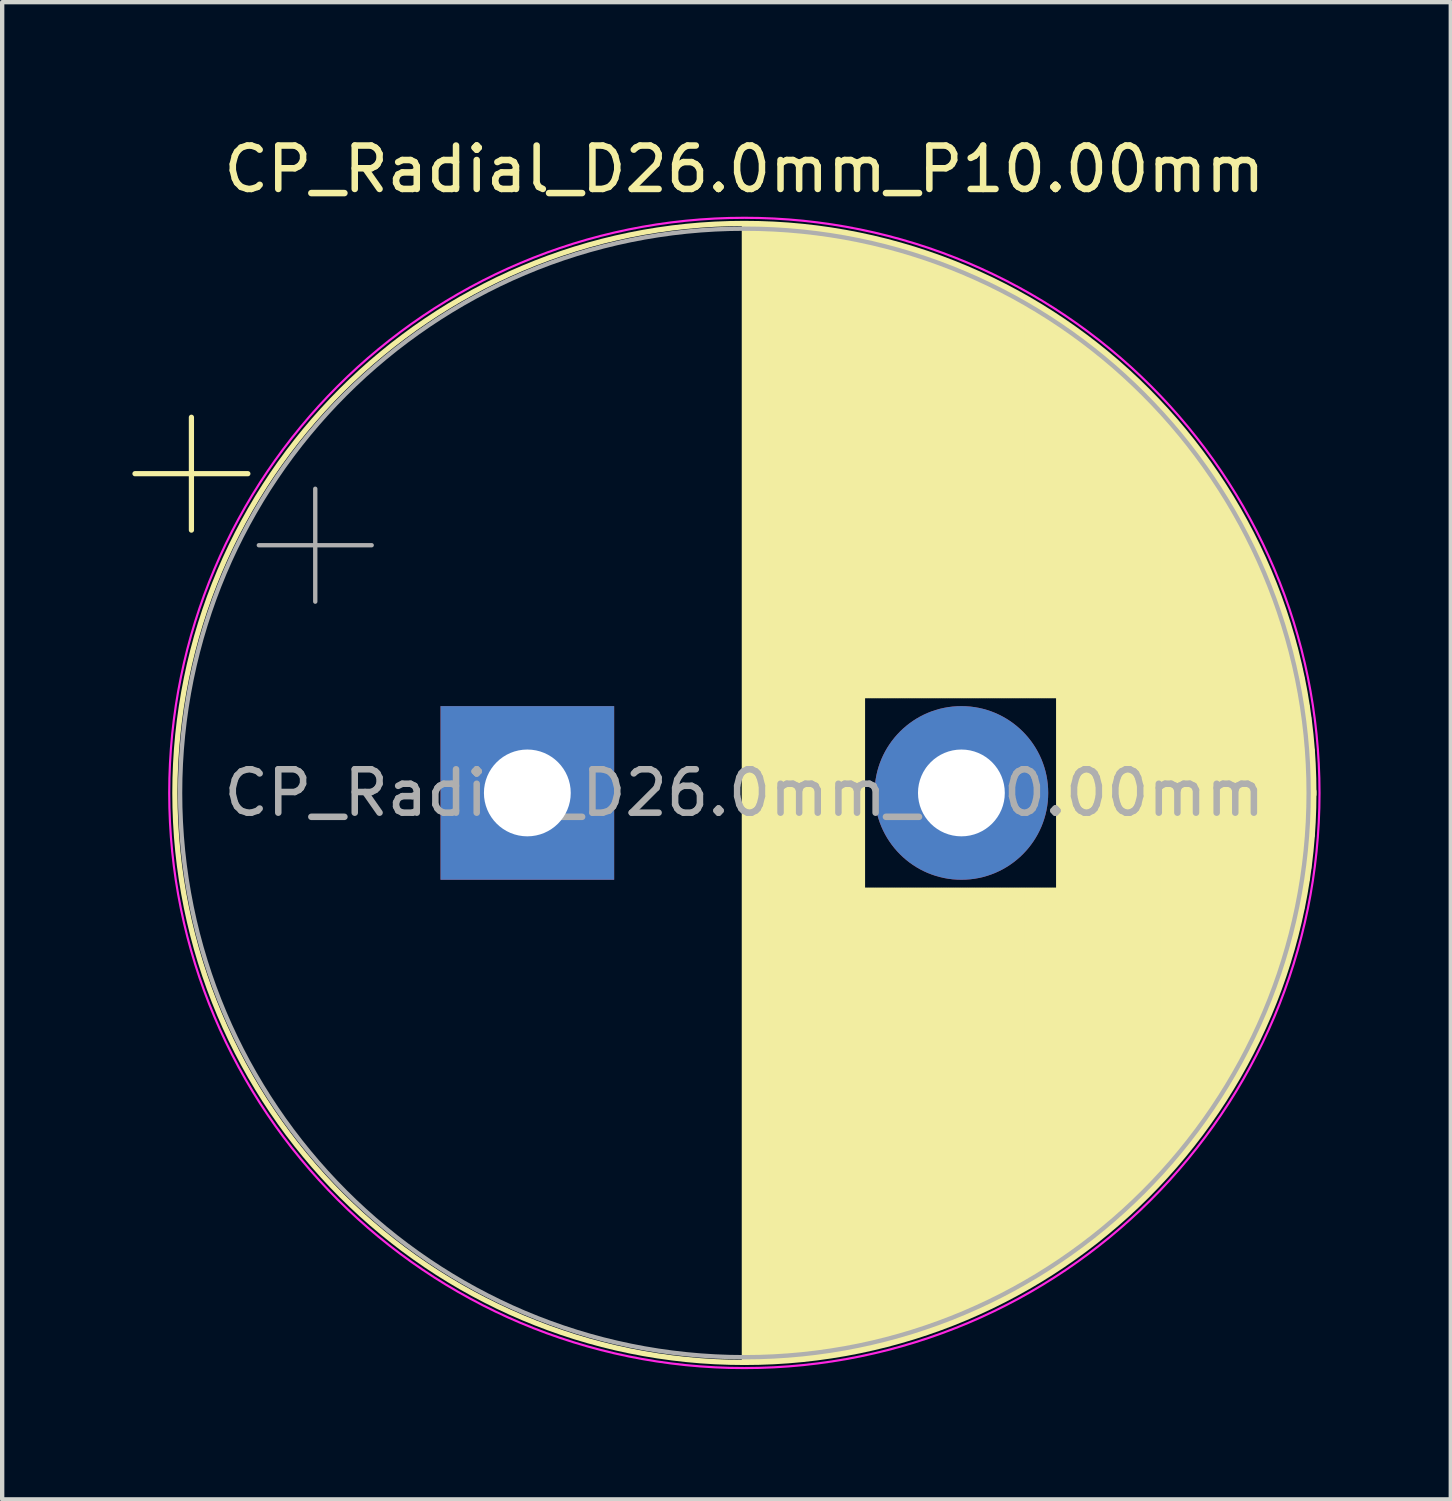
<source format=kicad_pcb>
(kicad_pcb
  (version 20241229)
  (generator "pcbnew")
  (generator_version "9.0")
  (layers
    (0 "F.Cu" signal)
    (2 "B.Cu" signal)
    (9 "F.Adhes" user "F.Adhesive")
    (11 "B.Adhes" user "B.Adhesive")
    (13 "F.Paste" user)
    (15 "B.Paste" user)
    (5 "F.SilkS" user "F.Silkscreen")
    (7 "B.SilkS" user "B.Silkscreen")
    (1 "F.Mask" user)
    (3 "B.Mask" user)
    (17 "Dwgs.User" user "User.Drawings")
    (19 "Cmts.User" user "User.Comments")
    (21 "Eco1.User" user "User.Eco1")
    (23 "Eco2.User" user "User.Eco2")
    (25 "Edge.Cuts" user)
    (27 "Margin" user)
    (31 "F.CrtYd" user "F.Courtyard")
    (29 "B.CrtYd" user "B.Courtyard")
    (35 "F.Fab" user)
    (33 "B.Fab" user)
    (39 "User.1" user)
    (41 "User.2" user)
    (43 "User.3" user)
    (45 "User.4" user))
  (footprint "CP_Radial_D26.0mm_P10.00mm"
    (layer "F.Cu")
    (at 9.099 15.218)
    (property "Reference" "CP_Radial_D26.0mm_P10.00mm" (at 5 -14.37 0) (layer "F.SilkS") (effects (font (size 1 1) (thickness 0.15))))
    (attr through_hole)
    (fp_line (start -9.039 -7.355) (end -6.439 -7.355) (stroke (width 0.12) (type solid)) (layer "F.SilkS"))
    (fp_line (start -7.739 -8.655) (end -7.739 -6.055) (stroke (width 0.12) (type solid)) (layer "F.SilkS"))
    (fp_line (start 5 -13.081) (end 5 13.081) (stroke (width 0.12) (type solid)) (layer "F.SilkS"))
    (fp_line (start 5.04 -13.08) (end 5.04 13.08) (stroke (width 0.12) (type solid)) (layer "F.SilkS"))
    (fp_line (start 5.08 -13.08) (end 5.08 13.08) (stroke (width 0.12) (type solid)) (layer "F.SilkS"))
    (fp_line (start 5.12 -13.08) (end 5.12 13.08) (stroke (width 0.12) (type solid)) (layer "F.SilkS"))
    (fp_line (start 5.16 -13.08) (end 5.16 13.08) (stroke (width 0.12) (type solid)) (layer "F.SilkS"))
    (fp_line (start 5.2 -13.079) (end 5.2 13.079) (stroke (width 0.12) (type solid)) (layer "F.SilkS"))
    (fp_line (start 5.24 -13.078) (end 5.24 13.078) (stroke (width 0.12) (type solid)) (layer "F.SilkS"))
    (fp_line (start 5.28 -13.078) (end 5.28 13.078) (stroke (width 0.12) (type solid)) (layer "F.SilkS"))
    (fp_line (start 5.32 -13.077) (end 5.32 13.077) (stroke (width 0.12) (type solid)) (layer "F.SilkS"))
    (fp_line (start 5.36 -13.076) (end 5.36 13.076) (stroke (width 0.12) (type solid)) (layer "F.SilkS"))
    (fp_line (start 5.4 -13.074) (end 5.4 13.074) (stroke (width 0.12) (type solid)) (layer "F.SilkS"))
    (fp_line (start 5.44 -13.073) (end 5.44 13.073) (stroke (width 0.12) (type solid)) (layer "F.SilkS"))
    (fp_line (start 5.48 -13.072) (end 5.48 13.072) (stroke (width 0.12) (type solid)) (layer "F.SilkS"))
    (fp_line (start 5.52 -13.07) (end 5.52 13.07) (stroke (width 0.12) (type solid)) (layer "F.SilkS"))
    (fp_line (start 5.56 -13.069) (end 5.56 13.069) (stroke (width 0.12) (type solid)) (layer "F.SilkS"))
    (fp_line (start 5.6 -13.067) (end 5.6 13.067) (stroke (width 0.12) (type solid)) (layer "F.SilkS"))
    (fp_line (start 5.64 -13.065) (end 5.64 13.065) (stroke (width 0.12) (type solid)) (layer "F.SilkS"))
    (fp_line (start 5.68 -13.063) (end 5.68 13.063) (stroke (width 0.12) (type solid)) (layer "F.SilkS"))
    (fp_line (start 5.721 -13.061) (end 5.721 13.061) (stroke (width 0.12) (type solid)) (layer "F.SilkS"))
    (fp_line (start 5.761 -13.058) (end 5.761 13.058) (stroke (width 0.12) (type solid)) (layer "F.SilkS"))
    (fp_line (start 5.801 -13.056) (end 5.801 13.056) (stroke (width 0.12) (type solid)) (layer "F.SilkS"))
    (fp_line (start 5.841 -13.054) (end 5.841 13.054) (stroke (width 0.12) (type solid)) (layer "F.SilkS"))
    (fp_line (start 5.881 -13.051) (end 5.881 13.051) (stroke (width 0.12) (type solid)) (layer "F.SilkS"))
    (fp_line (start 5.921 -13.048) (end 5.921 13.048) (stroke (width 0.12) (type solid)) (layer "F.SilkS"))
    (fp_line (start 5.961 -13.045) (end 5.961 13.045) (stroke (width 0.12) (type solid)) (layer "F.SilkS"))
    (fp_line (start 6.001 -13.042) (end 6.001 13.042) (stroke (width 0.12) (type solid)) (layer "F.SilkS"))
    (fp_line (start 6.041 -13.039) (end 6.041 13.039) (stroke (width 0.12) (type solid)) (layer "F.SilkS"))
    (fp_line (start 6.081 -13.036) (end 6.081 13.036) (stroke (width 0.12) (type solid)) (layer "F.SilkS"))
    (fp_line (start 6.121 -13.033) (end 6.121 13.033) (stroke (width 0.12) (type solid)) (layer "F.SilkS"))
    (fp_line (start 6.161 -13.029) (end 6.161 13.029) (stroke (width 0.12) (type solid)) (layer "F.SilkS"))
    (fp_line (start 6.201 -13.026) (end 6.201 13.026) (stroke (width 0.12) (type solid)) (layer "F.SilkS"))
    (fp_line (start 6.241 -13.022) (end 6.241 13.022) (stroke (width 0.12) (type solid)) (layer "F.SilkS"))
    (fp_line (start 6.281 -13.018) (end 6.281 13.018) (stroke (width 0.12) (type solid)) (layer "F.SilkS"))
    (fp_line (start 6.321 -13.014) (end 6.321 13.014) (stroke (width 0.12) (type solid)) (layer "F.SilkS"))
    (fp_line (start 6.361 -13.01) (end 6.361 13.01) (stroke (width 0.12) (type solid)) (layer "F.SilkS"))
    (fp_line (start 6.401 -13.006) (end 6.401 13.006) (stroke (width 0.12) (type solid)) (layer "F.SilkS"))
    (fp_line (start 6.441 -13.001) (end 6.441 13.001) (stroke (width 0.12) (type solid)) (layer "F.SilkS"))
    (fp_line (start 6.481 -12.997) (end 6.481 12.997) (stroke (width 0.12) (type solid)) (layer "F.SilkS"))
    (fp_line (start 6.521 -12.992) (end 6.521 12.992) (stroke (width 0.12) (type solid)) (layer "F.SilkS"))
    (fp_line (start 6.561 -12.987) (end 6.561 12.987) (stroke (width 0.12) (type solid)) (layer "F.SilkS"))
    (fp_line (start 6.601 -12.983) (end 6.601 12.983) (stroke (width 0.12) (type solid)) (layer "F.SilkS"))
    (fp_line (start 6.641 -12.978) (end 6.641 12.978) (stroke (width 0.12) (type solid)) (layer "F.SilkS"))
    (fp_line (start 6.681 -12.972) (end 6.681 12.972) (stroke (width 0.12) (type solid)) (layer "F.SilkS"))
    (fp_line (start 6.721 -12.967) (end 6.721 12.967) (stroke (width 0.12) (type solid)) (layer "F.SilkS"))
    (fp_line (start 6.761 -12.962) (end 6.761 12.962) (stroke (width 0.12) (type solid)) (layer "F.SilkS"))
    (fp_line (start 6.801 -12.956) (end 6.801 12.956) (stroke (width 0.12) (type solid)) (layer "F.SilkS"))
    (fp_line (start 6.841 -12.951) (end 6.841 12.951) (stroke (width 0.12) (type solid)) (layer "F.SilkS"))
    (fp_line (start 6.881 -12.945) (end 6.881 12.945) (stroke (width 0.12) (type solid)) (layer "F.SilkS"))
    (fp_line (start 6.921 -12.939) (end 6.921 12.939) (stroke (width 0.12) (type solid)) (layer "F.SilkS"))
    (fp_line (start 6.961 -12.933) (end 6.961 12.933) (stroke (width 0.12) (type solid)) (layer "F.SilkS"))
    (fp_line (start 7.001 -12.927) (end 7.001 12.927) (stroke (width 0.12) (type solid)) (layer "F.SilkS"))
    (fp_line (start 7.041 -12.921) (end 7.041 12.921) (stroke (width 0.12) (type solid)) (layer "F.SilkS"))
    (fp_line (start 7.081 -12.915) (end 7.081 12.915) (stroke (width 0.12) (type solid)) (layer "F.SilkS"))
    (fp_line (start 7.121 -12.908) (end 7.121 12.908) (stroke (width 0.12) (type solid)) (layer "F.SilkS"))
    (fp_line (start 7.161 -12.901) (end 7.161 12.901) (stroke (width 0.12) (type solid)) (layer "F.SilkS"))
    (fp_line (start 7.201 -12.895) (end 7.201 12.895) (stroke (width 0.12) (type solid)) (layer "F.SilkS"))
    (fp_line (start 7.241 -12.888) (end 7.241 12.888) (stroke (width 0.12) (type solid)) (layer "F.SilkS"))
    (fp_line (start 7.281 -12.881) (end 7.281 12.881) (stroke (width 0.12) (type solid)) (layer "F.SilkS"))
    (fp_line (start 7.321 -12.874) (end 7.321 12.874) (stroke (width 0.12) (type solid)) (layer "F.SilkS"))
    (fp_line (start 7.361 -12.866) (end 7.361 12.866) (stroke (width 0.12) (type solid)) (layer "F.SilkS"))
    (fp_line (start 7.401 -12.859) (end 7.401 12.859) (stroke (width 0.12) (type solid)) (layer "F.SilkS"))
    (fp_line (start 7.441 -12.852) (end 7.441 12.852) (stroke (width 0.12) (type solid)) (layer "F.SilkS"))
    (fp_line (start 7.481 -12.844) (end 7.481 12.844) (stroke (width 0.12) (type solid)) (layer "F.SilkS"))
    (fp_line (start 7.521 -12.836) (end 7.521 12.836) (stroke (width 0.12) (type solid)) (layer "F.SilkS"))
    (fp_line (start 7.561 -12.828) (end 7.561 12.828) (stroke (width 0.12) (type solid)) (layer "F.SilkS"))
    (fp_line (start 7.601 -12.82) (end 7.601 12.82) (stroke (width 0.12) (type solid)) (layer "F.SilkS"))
    (fp_line (start 7.641 -12.812) (end 7.641 12.812) (stroke (width 0.12) (type solid)) (layer "F.SilkS"))
    (fp_line (start 7.681 -12.804) (end 7.681 12.804) (stroke (width 0.12) (type solid)) (layer "F.SilkS"))
    (fp_line (start 7.721 -12.795) (end 7.721 12.795) (stroke (width 0.12) (type solid)) (layer "F.SilkS"))
    (fp_line (start 7.761 -12.787) (end 7.761 -2.24) (stroke (width 0.12) (type solid)) (layer "F.SilkS"))
    (fp_line (start 7.761 2.24) (end 7.761 12.787) (stroke (width 0.12) (type solid)) (layer "F.SilkS"))
    (fp_line (start 7.801 -12.778) (end 7.801 -2.24) (stroke (width 0.12) (type solid)) (layer "F.SilkS"))
    (fp_line (start 7.801 2.24) (end 7.801 12.778) (stroke (width 0.12) (type solid)) (layer "F.SilkS"))
    (fp_line (start 7.841 -12.769) (end 7.841 -2.24) (stroke (width 0.12) (type solid)) (layer "F.SilkS"))
    (fp_line (start 7.841 2.24) (end 7.841 12.769) (stroke (width 0.12) (type solid)) (layer "F.SilkS"))
    (fp_line (start 7.881 -12.761) (end 7.881 -2.24) (stroke (width 0.12) (type solid)) (layer "F.SilkS"))
    (fp_line (start 7.881 2.24) (end 7.881 12.761) (stroke (width 0.12) (type solid)) (layer "F.SilkS"))
    (fp_line (start 7.921 -12.751) (end 7.921 -2.24) (stroke (width 0.12) (type solid)) (layer "F.SilkS"))
    (fp_line (start 7.921 2.24) (end 7.921 12.751) (stroke (width 0.12) (type solid)) (layer "F.SilkS"))
    (fp_line (start 7.961 -12.742) (end 7.961 -2.24) (stroke (width 0.12) (type solid)) (layer "F.SilkS"))
    (fp_line (start 7.961 2.24) (end 7.961 12.742) (stroke (width 0.12) (type solid)) (layer "F.SilkS"))
    (fp_line (start 8.001 -12.733) (end 8.001 -2.24) (stroke (width 0.12) (type solid)) (layer "F.SilkS"))
    (fp_line (start 8.001 2.24) (end 8.001 12.733) (stroke (width 0.12) (type solid)) (layer "F.SilkS"))
    (fp_line (start 8.041 -12.723) (end 8.041 -2.24) (stroke (width 0.12) (type solid)) (layer "F.SilkS"))
    (fp_line (start 8.041 2.24) (end 8.041 12.723) (stroke (width 0.12) (type solid)) (layer "F.SilkS"))
    (fp_line (start 8.081 -12.714) (end 8.081 -2.24) (stroke (width 0.12) (type solid)) (layer "F.SilkS"))
    (fp_line (start 8.081 2.24) (end 8.081 12.714) (stroke (width 0.12) (type solid)) (layer "F.SilkS"))
    (fp_line (start 8.121 -12.704) (end 8.121 -2.24) (stroke (width 0.12) (type solid)) (layer "F.SilkS"))
    (fp_line (start 8.121 2.24) (end 8.121 12.704) (stroke (width 0.12) (type solid)) (layer "F.SilkS"))
    (fp_line (start 8.161 -12.694) (end 8.161 -2.24) (stroke (width 0.12) (type solid)) (layer "F.SilkS"))
    (fp_line (start 8.161 2.24) (end 8.161 12.694) (stroke (width 0.12) (type solid)) (layer "F.SilkS"))
    (fp_line (start 8.201 -12.684) (end 8.201 -2.24) (stroke (width 0.12) (type solid)) (layer "F.SilkS"))
    (fp_line (start 8.201 2.24) (end 8.201 12.684) (stroke (width 0.12) (type solid)) (layer "F.SilkS"))
    (fp_line (start 8.241 -12.674) (end 8.241 -2.24) (stroke (width 0.12) (type solid)) (layer "F.SilkS"))
    (fp_line (start 8.241 2.24) (end 8.241 12.674) (stroke (width 0.12) (type solid)) (layer "F.SilkS"))
    (fp_line (start 8.281 -12.664) (end 8.281 -2.24) (stroke (width 0.12) (type solid)) (layer "F.SilkS"))
    (fp_line (start 8.281 2.24) (end 8.281 12.664) (stroke (width 0.12) (type solid)) (layer "F.SilkS"))
    (fp_line (start 8.321 -12.653) (end 8.321 -2.24) (stroke (width 0.12) (type solid)) (layer "F.SilkS"))
    (fp_line (start 8.321 2.24) (end 8.321 12.653) (stroke (width 0.12) (type solid)) (layer "F.SilkS"))
    (fp_line (start 8.361 -12.643) (end 8.361 -2.24) (stroke (width 0.12) (type solid)) (layer "F.SilkS"))
    (fp_line (start 8.361 2.24) (end 8.361 12.643) (stroke (width 0.12) (type solid)) (layer "F.SilkS"))
    (fp_line (start 8.401 -12.632) (end 8.401 -2.24) (stroke (width 0.12) (type solid)) (layer "F.SilkS"))
    (fp_line (start 8.401 2.24) (end 8.401 12.632) (stroke (width 0.12) (type solid)) (layer "F.SilkS"))
    (fp_line (start 8.441 -12.621) (end 8.441 -2.24) (stroke (width 0.12) (type solid)) (layer "F.SilkS"))
    (fp_line (start 8.441 2.24) (end 8.441 12.621) (stroke (width 0.12) (type solid)) (layer "F.SilkS"))
    (fp_line (start 8.481 -12.611) (end 8.481 -2.24) (stroke (width 0.12) (type solid)) (layer "F.SilkS"))
    (fp_line (start 8.481 2.24) (end 8.481 12.611) (stroke (width 0.12) (type solid)) (layer "F.SilkS"))
    (fp_line (start 8.521 -12.599) (end 8.521 -2.24) (stroke (width 0.12) (type solid)) (layer "F.SilkS"))
    (fp_line (start 8.521 2.24) (end 8.521 12.599) (stroke (width 0.12) (type solid)) (layer "F.SilkS"))
    (fp_line (start 8.561 -12.588) (end 8.561 -2.24) (stroke (width 0.12) (type solid)) (layer "F.SilkS"))
    (fp_line (start 8.561 2.24) (end 8.561 12.588) (stroke (width 0.12) (type solid)) (layer "F.SilkS"))
    (fp_line (start 8.601 -12.577) (end 8.601 -2.24) (stroke (width 0.12) (type solid)) (layer "F.SilkS"))
    (fp_line (start 8.601 2.24) (end 8.601 12.577) (stroke (width 0.12) (type solid)) (layer "F.SilkS"))
    (fp_line (start 8.641 -12.565) (end 8.641 -2.24) (stroke (width 0.12) (type solid)) (layer "F.SilkS"))
    (fp_line (start 8.641 2.24) (end 8.641 12.565) (stroke (width 0.12) (type solid)) (layer "F.SilkS"))
    (fp_line (start 8.681 -12.554) (end 8.681 -2.24) (stroke (width 0.12) (type solid)) (layer "F.SilkS"))
    (fp_line (start 8.681 2.24) (end 8.681 12.554) (stroke (width 0.12) (type solid)) (layer "F.SilkS"))
    (fp_line (start 8.721 -12.542) (end 8.721 -2.24) (stroke (width 0.12) (type solid)) (layer "F.SilkS"))
    (fp_line (start 8.721 2.24) (end 8.721 12.542) (stroke (width 0.12) (type solid)) (layer "F.SilkS"))
    (fp_line (start 8.761 -12.53) (end 8.761 -2.24) (stroke (width 0.12) (type solid)) (layer "F.SilkS"))
    (fp_line (start 8.761 2.24) (end 8.761 12.53) (stroke (width 0.12) (type solid)) (layer "F.SilkS"))
    (fp_line (start 8.801 -12.518) (end 8.801 -2.24) (stroke (width 0.12) (type solid)) (layer "F.SilkS"))
    (fp_line (start 8.801 2.24) (end 8.801 12.518) (stroke (width 0.12) (type solid)) (layer "F.SilkS"))
    (fp_line (start 8.841 -12.506) (end 8.841 -2.24) (stroke (width 0.12) (type solid)) (layer "F.SilkS"))
    (fp_line (start 8.841 2.24) (end 8.841 12.506) (stroke (width 0.12) (type solid)) (layer "F.SilkS"))
    (fp_line (start 8.881 -12.494) (end 8.881 -2.24) (stroke (width 0.12) (type solid)) (layer "F.SilkS"))
    (fp_line (start 8.881 2.24) (end 8.881 12.494) (stroke (width 0.12) (type solid)) (layer "F.SilkS"))
    (fp_line (start 8.921 -12.481) (end 8.921 -2.24) (stroke (width 0.12) (type solid)) (layer "F.SilkS"))
    (fp_line (start 8.921 2.24) (end 8.921 12.481) (stroke (width 0.12) (type solid)) (layer "F.SilkS"))
    (fp_line (start 8.961 -12.469) (end 8.961 -2.24) (stroke (width 0.12) (type solid)) (layer "F.SilkS"))
    (fp_line (start 8.961 2.24) (end 8.961 12.469) (stroke (width 0.12) (type solid)) (layer "F.SilkS"))
    (fp_line (start 9.001 -12.456) (end 9.001 -2.24) (stroke (width 0.12) (type solid)) (layer "F.SilkS"))
    (fp_line (start 9.001 2.24) (end 9.001 12.456) (stroke (width 0.12) (type solid)) (layer "F.SilkS"))
    (fp_line (start 9.041 -12.443) (end 9.041 -2.24) (stroke (width 0.12) (type solid)) (layer "F.SilkS"))
    (fp_line (start 9.041 2.24) (end 9.041 12.443) (stroke (width 0.12) (type solid)) (layer "F.SilkS"))
    (fp_line (start 9.081 -12.43) (end 9.081 -2.24) (stroke (width 0.12) (type solid)) (layer "F.SilkS"))
    (fp_line (start 9.081 2.24) (end 9.081 12.43) (stroke (width 0.12) (type solid)) (layer "F.SilkS"))
    (fp_line (start 9.121 -12.417) (end 9.121 -2.24) (stroke (width 0.12) (type solid)) (layer "F.SilkS"))
    (fp_line (start 9.121 2.24) (end 9.121 12.417) (stroke (width 0.12) (type solid)) (layer "F.SilkS"))
    (fp_line (start 9.161 -12.404) (end 9.161 -2.24) (stroke (width 0.12) (type solid)) (layer "F.SilkS"))
    (fp_line (start 9.161 2.24) (end 9.161 12.404) (stroke (width 0.12) (type solid)) (layer "F.SilkS"))
    (fp_line (start 9.201 -12.39) (end 9.201 -2.24) (stroke (width 0.12) (type solid)) (layer "F.SilkS"))
    (fp_line (start 9.201 2.24) (end 9.201 12.39) (stroke (width 0.12) (type solid)) (layer "F.SilkS"))
    (fp_line (start 9.241 -12.376) (end 9.241 -2.24) (stroke (width 0.12) (type solid)) (layer "F.SilkS"))
    (fp_line (start 9.241 2.24) (end 9.241 12.376) (stroke (width 0.12) (type solid)) (layer "F.SilkS"))
    (fp_line (start 9.281 -12.363) (end 9.281 -2.24) (stroke (width 0.12) (type solid)) (layer "F.SilkS"))
    (fp_line (start 9.281 2.24) (end 9.281 12.363) (stroke (width 0.12) (type solid)) (layer "F.SilkS"))
    (fp_line (start 9.321 -12.349) (end 9.321 -2.24) (stroke (width 0.12) (type solid)) (layer "F.SilkS"))
    (fp_line (start 9.321 2.24) (end 9.321 12.349) (stroke (width 0.12) (type solid)) (layer "F.SilkS"))
    (fp_line (start 9.361 -12.335) (end 9.361 -2.24) (stroke (width 0.12) (type solid)) (layer "F.SilkS"))
    (fp_line (start 9.361 2.24) (end 9.361 12.335) (stroke (width 0.12) (type solid)) (layer "F.SilkS"))
    (fp_line (start 9.401 -12.321) (end 9.401 -2.24) (stroke (width 0.12) (type solid)) (layer "F.SilkS"))
    (fp_line (start 9.401 2.24) (end 9.401 12.321) (stroke (width 0.12) (type solid)) (layer "F.SilkS"))
    (fp_line (start 9.441 -12.306) (end 9.441 -2.24) (stroke (width 0.12) (type solid)) (layer "F.SilkS"))
    (fp_line (start 9.441 2.24) (end 9.441 12.306) (stroke (width 0.12) (type solid)) (layer "F.SilkS"))
    (fp_line (start 9.481 -12.292) (end 9.481 -2.24) (stroke (width 0.12) (type solid)) (layer "F.SilkS"))
    (fp_line (start 9.481 2.24) (end 9.481 12.292) (stroke (width 0.12) (type solid)) (layer "F.SilkS"))
    (fp_line (start 9.521 -12.277) (end 9.521 -2.24) (stroke (width 0.12) (type solid)) (layer "F.SilkS"))
    (fp_line (start 9.521 2.24) (end 9.521 12.277) (stroke (width 0.12) (type solid)) (layer "F.SilkS"))
    (fp_line (start 9.561 -12.263) (end 9.561 -2.24) (stroke (width 0.12) (type solid)) (layer "F.SilkS"))
    (fp_line (start 9.561 2.24) (end 9.561 12.263) (stroke (width 0.12) (type solid)) (layer "F.SilkS"))
    (fp_line (start 9.601 -12.248) (end 9.601 -2.24) (stroke (width 0.12) (type solid)) (layer "F.SilkS"))
    (fp_line (start 9.601 2.24) (end 9.601 12.248) (stroke (width 0.12) (type solid)) (layer "F.SilkS"))
    (fp_line (start 9.641 -12.233) (end 9.641 -2.24) (stroke (width 0.12) (type solid)) (layer "F.SilkS"))
    (fp_line (start 9.641 2.24) (end 9.641 12.233) (stroke (width 0.12) (type solid)) (layer "F.SilkS"))
    (fp_line (start 9.681 -12.217) (end 9.681 -2.24) (stroke (width 0.12) (type solid)) (layer "F.SilkS"))
    (fp_line (start 9.681 2.24) (end 9.681 12.217) (stroke (width 0.12) (type solid)) (layer "F.SilkS"))
    (fp_line (start 9.721 -12.202) (end 9.721 -2.24) (stroke (width 0.12) (type solid)) (layer "F.SilkS"))
    (fp_line (start 9.721 2.24) (end 9.721 12.202) (stroke (width 0.12) (type solid)) (layer "F.SilkS"))
    (fp_line (start 9.761 -12.187) (end 9.761 -2.24) (stroke (width 0.12) (type solid)) (layer "F.SilkS"))
    (fp_line (start 9.761 2.24) (end 9.761 12.187) (stroke (width 0.12) (type solid)) (layer "F.SilkS"))
    (fp_line (start 9.801 -12.171) (end 9.801 -2.24) (stroke (width 0.12) (type solid)) (layer "F.SilkS"))
    (fp_line (start 9.801 2.24) (end 9.801 12.171) (stroke (width 0.12) (type solid)) (layer "F.SilkS"))
    (fp_line (start 9.841 -12.155) (end 9.841 -2.24) (stroke (width 0.12) (type solid)) (layer "F.SilkS"))
    (fp_line (start 9.841 2.24) (end 9.841 12.155) (stroke (width 0.12) (type solid)) (layer "F.SilkS"))
    (fp_line (start 9.881 -12.139) (end 9.881 -2.24) (stroke (width 0.12) (type solid)) (layer "F.SilkS"))
    (fp_line (start 9.881 2.24) (end 9.881 12.139) (stroke (width 0.12) (type solid)) (layer "F.SilkS"))
    (fp_line (start 9.921 -12.123) (end 9.921 -2.24) (stroke (width 0.12) (type solid)) (layer "F.SilkS"))
    (fp_line (start 9.921 2.24) (end 9.921 12.123) (stroke (width 0.12) (type solid)) (layer "F.SilkS"))
    (fp_line (start 9.961 -12.107) (end 9.961 -2.24) (stroke (width 0.12) (type solid)) (layer "F.SilkS"))
    (fp_line (start 9.961 2.24) (end 9.961 12.107) (stroke (width 0.12) (type solid)) (layer "F.SilkS"))
    (fp_line (start 10.001 -12.09) (end 10.001 -2.24) (stroke (width 0.12) (type solid)) (layer "F.SilkS"))
    (fp_line (start 10.001 2.24) (end 10.001 12.09) (stroke (width 0.12) (type solid)) (layer "F.SilkS"))
    (fp_line (start 10.041 -12.074) (end 10.041 -2.24) (stroke (width 0.12) (type solid)) (layer "F.SilkS"))
    (fp_line (start 10.041 2.24) (end 10.041 12.074) (stroke (width 0.12) (type solid)) (layer "F.SilkS"))
    (fp_line (start 10.081 -12.057) (end 10.081 -2.24) (stroke (width 0.12) (type solid)) (layer "F.SilkS"))
    (fp_line (start 10.081 2.24) (end 10.081 12.057) (stroke (width 0.12) (type solid)) (layer "F.SilkS"))
    (fp_line (start 10.121 -12.04) (end 10.121 -2.24) (stroke (width 0.12) (type solid)) (layer "F.SilkS"))
    (fp_line (start 10.121 2.24) (end 10.121 12.04) (stroke (width 0.12) (type solid)) (layer "F.SilkS"))
    (fp_line (start 10.161 -12.023) (end 10.161 -2.24) (stroke (width 0.12) (type solid)) (layer "F.SilkS"))
    (fp_line (start 10.161 2.24) (end 10.161 12.023) (stroke (width 0.12) (type solid)) (layer "F.SilkS"))
    (fp_line (start 10.201 -12.006) (end 10.201 -2.24) (stroke (width 0.12) (type solid)) (layer "F.SilkS"))
    (fp_line (start 10.201 2.24) (end 10.201 12.006) (stroke (width 0.12) (type solid)) (layer "F.SilkS"))
    (fp_line (start 10.241 -11.989) (end 10.241 -2.24) (stroke (width 0.12) (type solid)) (layer "F.SilkS"))
    (fp_line (start 10.241 2.24) (end 10.241 11.989) (stroke (width 0.12) (type solid)) (layer "F.SilkS"))
    (fp_line (start 10.281 -11.971) (end 10.281 -2.24) (stroke (width 0.12) (type solid)) (layer "F.SilkS"))
    (fp_line (start 10.281 2.24) (end 10.281 11.971) (stroke (width 0.12) (type solid)) (layer "F.SilkS"))
    (fp_line (start 10.321 -11.953) (end 10.321 -2.24) (stroke (width 0.12) (type solid)) (layer "F.SilkS"))
    (fp_line (start 10.321 2.24) (end 10.321 11.953) (stroke (width 0.12) (type solid)) (layer "F.SilkS"))
    (fp_line (start 10.361 -11.936) (end 10.361 -2.24) (stroke (width 0.12) (type solid)) (layer "F.SilkS"))
    (fp_line (start 10.361 2.24) (end 10.361 11.936) (stroke (width 0.12) (type solid)) (layer "F.SilkS"))
    (fp_line (start 10.401 -11.918) (end 10.401 -2.24) (stroke (width 0.12) (type solid)) (layer "F.SilkS"))
    (fp_line (start 10.401 2.24) (end 10.401 11.918) (stroke (width 0.12) (type solid)) (layer "F.SilkS"))
    (fp_line (start 10.441 -11.9) (end 10.441 -2.24) (stroke (width 0.12) (type solid)) (layer "F.SilkS"))
    (fp_line (start 10.441 2.24) (end 10.441 11.9) (stroke (width 0.12) (type solid)) (layer "F.SilkS"))
    (fp_line (start 10.481 -11.881) (end 10.481 -2.24) (stroke (width 0.12) (type solid)) (layer "F.SilkS"))
    (fp_line (start 10.481 2.24) (end 10.481 11.881) (stroke (width 0.12) (type solid)) (layer "F.SilkS"))
    (fp_line (start 10.521 -11.863) (end 10.521 -2.24) (stroke (width 0.12) (type solid)) (layer "F.SilkS"))
    (fp_line (start 10.521 2.24) (end 10.521 11.863) (stroke (width 0.12) (type solid)) (layer "F.SilkS"))
    (fp_line (start 10.561 -11.844) (end 10.561 -2.24) (stroke (width 0.12) (type solid)) (layer "F.SilkS"))
    (fp_line (start 10.561 2.24) (end 10.561 11.844) (stroke (width 0.12) (type solid)) (layer "F.SilkS"))
    (fp_line (start 10.601 -11.825) (end 10.601 -2.24) (stroke (width 0.12) (type solid)) (layer "F.SilkS"))
    (fp_line (start 10.601 2.24) (end 10.601 11.825) (stroke (width 0.12) (type solid)) (layer "F.SilkS"))
    (fp_line (start 10.641 -11.806) (end 10.641 -2.24) (stroke (width 0.12) (type solid)) (layer "F.SilkS"))
    (fp_line (start 10.641 2.24) (end 10.641 11.806) (stroke (width 0.12) (type solid)) (layer "F.SilkS"))
    (fp_line (start 10.681 -11.787) (end 10.681 -2.24) (stroke (width 0.12) (type solid)) (layer "F.SilkS"))
    (fp_line (start 10.681 2.24) (end 10.681 11.787) (stroke (width 0.12) (type solid)) (layer "F.SilkS"))
    (fp_line (start 10.721 -11.768) (end 10.721 -2.24) (stroke (width 0.12) (type solid)) (layer "F.SilkS"))
    (fp_line (start 10.721 2.24) (end 10.721 11.768) (stroke (width 0.12) (type solid)) (layer "F.SilkS"))
    (fp_line (start 10.761 -11.748) (end 10.761 -2.24) (stroke (width 0.12) (type solid)) (layer "F.SilkS"))
    (fp_line (start 10.761 2.24) (end 10.761 11.748) (stroke (width 0.12) (type solid)) (layer "F.SilkS"))
    (fp_line (start 10.801 -11.729) (end 10.801 -2.24) (stroke (width 0.12) (type solid)) (layer "F.SilkS"))
    (fp_line (start 10.801 2.24) (end 10.801 11.729) (stroke (width 0.12) (type solid)) (layer "F.SilkS"))
    (fp_line (start 10.841 -11.709) (end 10.841 -2.24) (stroke (width 0.12) (type solid)) (layer "F.SilkS"))
    (fp_line (start 10.841 2.24) (end 10.841 11.709) (stroke (width 0.12) (type solid)) (layer "F.SilkS"))
    (fp_line (start 10.881 -11.689) (end 10.881 -2.24) (stroke (width 0.12) (type solid)) (layer "F.SilkS"))
    (fp_line (start 10.881 2.24) (end 10.881 11.689) (stroke (width 0.12) (type solid)) (layer "F.SilkS"))
    (fp_line (start 10.921 -11.669) (end 10.921 -2.24) (stroke (width 0.12) (type solid)) (layer "F.SilkS"))
    (fp_line (start 10.921 2.24) (end 10.921 11.669) (stroke (width 0.12) (type solid)) (layer "F.SilkS"))
    (fp_line (start 10.961 -11.649) (end 10.961 -2.24) (stroke (width 0.12) (type solid)) (layer "F.SilkS"))
    (fp_line (start 10.961 2.24) (end 10.961 11.649) (stroke (width 0.12) (type solid)) (layer "F.SilkS"))
    (fp_line (start 11.001 -11.628) (end 11.001 -2.24) (stroke (width 0.12) (type solid)) (layer "F.SilkS"))
    (fp_line (start 11.001 2.24) (end 11.001 11.628) (stroke (width 0.12) (type solid)) (layer "F.SilkS"))
    (fp_line (start 11.041 -11.608) (end 11.041 -2.24) (stroke (width 0.12) (type solid)) (layer "F.SilkS"))
    (fp_line (start 11.041 2.24) (end 11.041 11.608) (stroke (width 0.12) (type solid)) (layer "F.SilkS"))
    (fp_line (start 11.081 -11.587) (end 11.081 -2.24) (stroke (width 0.12) (type solid)) (layer "F.SilkS"))
    (fp_line (start 11.081 2.24) (end 11.081 11.587) (stroke (width 0.12) (type solid)) (layer "F.SilkS"))
    (fp_line (start 11.121 -11.566) (end 11.121 -2.24) (stroke (width 0.12) (type solid)) (layer "F.SilkS"))
    (fp_line (start 11.121 2.24) (end 11.121 11.566) (stroke (width 0.12) (type solid)) (layer "F.SilkS"))
    (fp_line (start 11.161 -11.544) (end 11.161 -2.24) (stroke (width 0.12) (type solid)) (layer "F.SilkS"))
    (fp_line (start 11.161 2.24) (end 11.161 11.544) (stroke (width 0.12) (type solid)) (layer "F.SilkS"))
    (fp_line (start 11.201 -11.523) (end 11.201 -2.24) (stroke (width 0.12) (type solid)) (layer "F.SilkS"))
    (fp_line (start 11.201 2.24) (end 11.201 11.523) (stroke (width 0.12) (type solid)) (layer "F.SilkS"))
    (fp_line (start 11.241 -11.502) (end 11.241 -2.24) (stroke (width 0.12) (type solid)) (layer "F.SilkS"))
    (fp_line (start 11.241 2.24) (end 11.241 11.502) (stroke (width 0.12) (type solid)) (layer "F.SilkS"))
    (fp_line (start 11.281 -11.48) (end 11.281 -2.24) (stroke (width 0.12) (type solid)) (layer "F.SilkS"))
    (fp_line (start 11.281 2.24) (end 11.281 11.48) (stroke (width 0.12) (type solid)) (layer "F.SilkS"))
    (fp_line (start 11.321 -11.458) (end 11.321 -2.24) (stroke (width 0.12) (type solid)) (layer "F.SilkS"))
    (fp_line (start 11.321 2.24) (end 11.321 11.458) (stroke (width 0.12) (type solid)) (layer "F.SilkS"))
    (fp_line (start 11.361 -11.436) (end 11.361 -2.24) (stroke (width 0.12) (type solid)) (layer "F.SilkS"))
    (fp_line (start 11.361 2.24) (end 11.361 11.436) (stroke (width 0.12) (type solid)) (layer "F.SilkS"))
    (fp_line (start 11.401 -11.414) (end 11.401 -2.24) (stroke (width 0.12) (type solid)) (layer "F.SilkS"))
    (fp_line (start 11.401 2.24) (end 11.401 11.414) (stroke (width 0.12) (type solid)) (layer "F.SilkS"))
    (fp_line (start 11.441 -11.391) (end 11.441 -2.24) (stroke (width 0.12) (type solid)) (layer "F.SilkS"))
    (fp_line (start 11.441 2.24) (end 11.441 11.391) (stroke (width 0.12) (type solid)) (layer "F.SilkS"))
    (fp_line (start 11.481 -11.369) (end 11.481 -2.24) (stroke (width 0.12) (type solid)) (layer "F.SilkS"))
    (fp_line (start 11.481 2.24) (end 11.481 11.369) (stroke (width 0.12) (type solid)) (layer "F.SilkS"))
    (fp_line (start 11.521 -11.346) (end 11.521 -2.24) (stroke (width 0.12) (type solid)) (layer "F.SilkS"))
    (fp_line (start 11.521 2.24) (end 11.521 11.346) (stroke (width 0.12) (type solid)) (layer "F.SilkS"))
    (fp_line (start 11.561 -11.323) (end 11.561 -2.24) (stroke (width 0.12) (type solid)) (layer "F.SilkS"))
    (fp_line (start 11.561 2.24) (end 11.561 11.323) (stroke (width 0.12) (type solid)) (layer "F.SilkS"))
    (fp_line (start 11.601 -11.3) (end 11.601 -2.24) (stroke (width 0.12) (type solid)) (layer "F.SilkS"))
    (fp_line (start 11.601 2.24) (end 11.601 11.3) (stroke (width 0.12) (type solid)) (layer "F.SilkS"))
    (fp_line (start 11.641 -11.276) (end 11.641 -2.24) (stroke (width 0.12) (type solid)) (layer "F.SilkS"))
    (fp_line (start 11.641 2.24) (end 11.641 11.276) (stroke (width 0.12) (type solid)) (layer "F.SilkS"))
    (fp_line (start 11.681 -11.253) (end 11.681 -2.24) (stroke (width 0.12) (type solid)) (layer "F.SilkS"))
    (fp_line (start 11.681 2.24) (end 11.681 11.253) (stroke (width 0.12) (type solid)) (layer "F.SilkS"))
    (fp_line (start 11.721 -11.229) (end 11.721 -2.24) (stroke (width 0.12) (type solid)) (layer "F.SilkS"))
    (fp_line (start 11.721 2.24) (end 11.721 11.229) (stroke (width 0.12) (type solid)) (layer "F.SilkS"))
    (fp_line (start 11.761 -11.205) (end 11.761 -2.24) (stroke (width 0.12) (type solid)) (layer "F.SilkS"))
    (fp_line (start 11.761 2.24) (end 11.761 11.205) (stroke (width 0.12) (type solid)) (layer "F.SilkS"))
    (fp_line (start 11.801 -11.181) (end 11.801 -2.24) (stroke (width 0.12) (type solid)) (layer "F.SilkS"))
    (fp_line (start 11.801 2.24) (end 11.801 11.181) (stroke (width 0.12) (type solid)) (layer "F.SilkS"))
    (fp_line (start 11.841 -11.156) (end 11.841 -2.24) (stroke (width 0.12) (type solid)) (layer "F.SilkS"))
    (fp_line (start 11.841 2.24) (end 11.841 11.156) (stroke (width 0.12) (type solid)) (layer "F.SilkS"))
    (fp_line (start 11.881 -11.132) (end 11.881 -2.24) (stroke (width 0.12) (type solid)) (layer "F.SilkS"))
    (fp_line (start 11.881 2.24) (end 11.881 11.132) (stroke (width 0.12) (type solid)) (layer "F.SilkS"))
    (fp_line (start 11.921 -11.107) (end 11.921 -2.24) (stroke (width 0.12) (type solid)) (layer "F.SilkS"))
    (fp_line (start 11.921 2.24) (end 11.921 11.107) (stroke (width 0.12) (type solid)) (layer "F.SilkS"))
    (fp_line (start 11.961 -11.082) (end 11.961 -2.24) (stroke (width 0.12) (type solid)) (layer "F.SilkS"))
    (fp_line (start 11.961 2.24) (end 11.961 11.082) (stroke (width 0.12) (type solid)) (layer "F.SilkS"))
    (fp_line (start 12.001 -11.057) (end 12.001 -2.24) (stroke (width 0.12) (type solid)) (layer "F.SilkS"))
    (fp_line (start 12.001 2.24) (end 12.001 11.057) (stroke (width 0.12) (type solid)) (layer "F.SilkS"))
    (fp_line (start 12.041 -11.032) (end 12.041 -2.24) (stroke (width 0.12) (type solid)) (layer "F.SilkS"))
    (fp_line (start 12.041 2.24) (end 12.041 11.032) (stroke (width 0.12) (type solid)) (layer "F.SilkS"))
    (fp_line (start 12.081 -11.006) (end 12.081 -2.24) (stroke (width 0.12) (type solid)) (layer "F.SilkS"))
    (fp_line (start 12.081 2.24) (end 12.081 11.006) (stroke (width 0.12) (type solid)) (layer "F.SilkS"))
    (fp_line (start 12.121 -10.98) (end 12.121 -2.24) (stroke (width 0.12) (type solid)) (layer "F.SilkS"))
    (fp_line (start 12.121 2.24) (end 12.121 10.98) (stroke (width 0.12) (type solid)) (layer "F.SilkS"))
    (fp_line (start 12.161 -10.955) (end 12.161 -2.24) (stroke (width 0.12) (type solid)) (layer "F.SilkS"))
    (fp_line (start 12.161 2.24) (end 12.161 10.955) (stroke (width 0.12) (type solid)) (layer "F.SilkS"))
    (fp_line (start 12.201 -10.928) (end 12.201 -2.24) (stroke (width 0.12) (type solid)) (layer "F.SilkS"))
    (fp_line (start 12.201 2.24) (end 12.201 10.928) (stroke (width 0.12) (type solid)) (layer "F.SilkS"))
    (fp_line (start 12.241 -10.902) (end 12.241 10.902) (stroke (width 0.12) (type solid)) (layer "F.SilkS"))
    (fp_line (start 12.281 -10.875) (end 12.281 10.875) (stroke (width 0.12) (type solid)) (layer "F.SilkS"))
    (fp_line (start 12.321 -10.849) (end 12.321 10.849) (stroke (width 0.12) (type solid)) (layer "F.SilkS"))
    (fp_line (start 12.361 -10.822) (end 12.361 10.822) (stroke (width 0.12) (type solid)) (layer "F.SilkS"))
    (fp_line (start 12.401 -10.794) (end 12.401 10.794) (stroke (width 0.12) (type solid)) (layer "F.SilkS"))
    (fp_line (start 12.441 -10.767) (end 12.441 10.767) (stroke (width 0.12) (type solid)) (layer "F.SilkS"))
    (fp_line (start 12.481 -10.739) (end 12.481 10.739) (stroke (width 0.12) (type solid)) (layer "F.SilkS"))
    (fp_line (start 12.521 -10.711) (end 12.521 10.711) (stroke (width 0.12) (type solid)) (layer "F.SilkS"))
    (fp_line (start 12.561 -10.683) (end 12.561 10.683) (stroke (width 0.12) (type solid)) (layer "F.SilkS"))
    (fp_line (start 12.601 -10.655) (end 12.601 10.655) (stroke (width 0.12) (type solid)) (layer "F.SilkS"))
    (fp_line (start 12.641 -10.627) (end 12.641 10.627) (stroke (width 0.12) (type solid)) (layer "F.SilkS"))
    (fp_line (start 12.681 -10.598) (end 12.681 10.598) (stroke (width 0.12) (type solid)) (layer "F.SilkS"))
    (fp_line (start 12.721 -10.569) (end 12.721 10.569) (stroke (width 0.12) (type solid)) (layer "F.SilkS"))
    (fp_line (start 12.761 -10.54) (end 12.761 10.54) (stroke (width 0.12) (type solid)) (layer "F.SilkS"))
    (fp_line (start 12.801 -10.51) (end 12.801 10.51) (stroke (width 0.12) (type solid)) (layer "F.SilkS"))
    (fp_line (start 12.841 -10.48) (end 12.841 10.48) (stroke (width 0.12) (type solid)) (layer "F.SilkS"))
    (fp_line (start 12.881 -10.45) (end 12.881 10.45) (stroke (width 0.12) (type solid)) (layer "F.SilkS"))
    (fp_line (start 12.921 -10.42) (end 12.921 10.42) (stroke (width 0.12) (type solid)) (layer "F.SilkS"))
    (fp_line (start 12.961 -10.39) (end 12.961 10.39) (stroke (width 0.12) (type solid)) (layer "F.SilkS"))
    (fp_line (start 13.001 -10.359) (end 13.001 10.359) (stroke (width 0.12) (type solid)) (layer "F.SilkS"))
    (fp_line (start 13.041 -10.328) (end 13.041 10.328) (stroke (width 0.12) (type solid)) (layer "F.SilkS"))
    (fp_line (start 13.081 -10.297) (end 13.081 10.297) (stroke (width 0.12) (type solid)) (layer "F.SilkS"))
    (fp_line (start 13.121 -10.266) (end 13.121 10.266) (stroke (width 0.12) (type solid)) (layer "F.SilkS"))
    (fp_line (start 13.161 -10.234) (end 13.161 10.234) (stroke (width 0.12) (type solid)) (layer "F.SilkS"))
    (fp_line (start 13.2 -10.202) (end 13.2 10.202) (stroke (width 0.12) (type solid)) (layer "F.SilkS"))
    (fp_line (start 13.24 -10.17) (end 13.24 10.17) (stroke (width 0.12) (type solid)) (layer "F.SilkS"))
    (fp_line (start 13.28 -10.138) (end 13.28 10.138) (stroke (width 0.12) (type solid)) (layer "F.SilkS"))
    (fp_line (start 13.32 -10.105) (end 13.32 10.105) (stroke (width 0.12) (type solid)) (layer "F.SilkS"))
    (fp_line (start 13.36 -10.072) (end 13.36 10.072) (stroke (width 0.12) (type solid)) (layer "F.SilkS"))
    (fp_line (start 13.4 -10.039) (end 13.4 10.039) (stroke (width 0.12) (type solid)) (layer "F.SilkS"))
    (fp_line (start 13.44 -10.005) (end 13.44 10.005) (stroke (width 0.12) (type solid)) (layer "F.SilkS"))
    (fp_line (start 13.48 -9.972) (end 13.48 9.972) (stroke (width 0.12) (type solid)) (layer "F.SilkS"))
    (fp_line (start 13.52 -9.938) (end 13.52 9.938) (stroke (width 0.12) (type solid)) (layer "F.SilkS"))
    (fp_line (start 13.56 -9.903) (end 13.56 9.903) (stroke (width 0.12) (type solid)) (layer "F.SilkS"))
    (fp_line (start 13.6 -9.869) (end 13.6 9.869) (stroke (width 0.12) (type solid)) (layer "F.SilkS"))
    (fp_line (start 13.64 -9.834) (end 13.64 9.834) (stroke (width 0.12) (type solid)) (layer "F.SilkS"))
    (fp_line (start 13.68 -9.799) (end 13.68 9.799) (stroke (width 0.12) (type solid)) (layer "F.SilkS"))
    (fp_line (start 13.72 -9.763) (end 13.72 9.763) (stroke (width 0.12) (type solid)) (layer "F.SilkS"))
    (fp_line (start 13.76 -9.728) (end 13.76 9.728) (stroke (width 0.12) (type solid)) (layer "F.SilkS"))
    (fp_line (start 13.8 -9.692) (end 13.8 9.692) (stroke (width 0.12) (type solid)) (layer "F.SilkS"))
    (fp_line (start 13.84 -9.655) (end 13.84 9.655) (stroke (width 0.12) (type solid)) (layer "F.SilkS"))
    (fp_line (start 13.88 -9.619) (end 13.88 9.619) (stroke (width 0.12) (type solid)) (layer "F.SilkS"))
    (fp_line (start 13.92 -9.582) (end 13.92 9.582) (stroke (width 0.12) (type solid)) (layer "F.SilkS"))
    (fp_line (start 13.96 -9.544) (end 13.96 9.544) (stroke (width 0.12) (type solid)) (layer "F.SilkS"))
    (fp_line (start 14 -9.507) (end 14 9.507) (stroke (width 0.12) (type solid)) (layer "F.SilkS"))
    (fp_line (start 14.04 -9.469) (end 14.04 9.469) (stroke (width 0.12) (type solid)) (layer "F.SilkS"))
    (fp_line (start 14.08 -9.431) (end 14.08 9.431) (stroke (width 0.12) (type solid)) (layer "F.SilkS"))
    (fp_line (start 14.12 -9.392) (end 14.12 9.392) (stroke (width 0.12) (type solid)) (layer "F.SilkS"))
    (fp_line (start 14.16 -9.354) (end 14.16 9.354) (stroke (width 0.12) (type solid)) (layer "F.SilkS"))
    (fp_line (start 14.2 -9.314) (end 14.2 9.314) (stroke (width 0.12) (type solid)) (layer "F.SilkS"))
    (fp_line (start 14.24 -9.275) (end 14.24 9.275) (stroke (width 0.12) (type solid)) (layer "F.SilkS"))
    (fp_line (start 14.28 -9.235) (end 14.28 9.235) (stroke (width 0.12) (type solid)) (layer "F.SilkS"))
    (fp_line (start 14.32 -9.195) (end 14.32 9.195) (stroke (width 0.12) (type solid)) (layer "F.SilkS"))
    (fp_line (start 14.36 -9.154) (end 14.36 9.154) (stroke (width 0.12) (type solid)) (layer "F.SilkS"))
    (fp_line (start 14.4 -9.113) (end 14.4 9.113) (stroke (width 0.12) (type solid)) (layer "F.SilkS"))
    (fp_line (start 14.44 -9.072) (end 14.44 9.072) (stroke (width 0.12) (type solid)) (layer "F.SilkS"))
    (fp_line (start 14.48 -9.03) (end 14.48 9.03) (stroke (width 0.12) (type solid)) (layer "F.SilkS"))
    (fp_line (start 14.52 -8.988) (end 14.52 8.988) (stroke (width 0.12) (type solid)) (layer "F.SilkS"))
    (fp_line (start 14.56 -8.946) (end 14.56 8.946) (stroke (width 0.12) (type solid)) (layer "F.SilkS"))
    (fp_line (start 14.6 -8.903) (end 14.6 8.903) (stroke (width 0.12) (type solid)) (layer "F.SilkS"))
    (fp_line (start 14.64 -8.86) (end 14.64 8.86) (stroke (width 0.12) (type solid)) (layer "F.SilkS"))
    (fp_line (start 14.68 -8.817) (end 14.68 8.817) (stroke (width 0.12) (type solid)) (layer "F.SilkS"))
    (fp_line (start 14.72 -8.773) (end 14.72 8.773) (stroke (width 0.12) (type solid)) (layer "F.SilkS"))
    (fp_line (start 14.76 -8.728) (end 14.76 8.728) (stroke (width 0.12) (type solid)) (layer "F.SilkS"))
    (fp_line (start 14.8 -8.684) (end 14.8 8.684) (stroke (width 0.12) (type solid)) (layer "F.SilkS"))
    (fp_line (start 14.84 -8.639) (end 14.84 8.639) (stroke (width 0.12) (type solid)) (layer "F.SilkS"))
    (fp_line (start 14.88 -8.593) (end 14.88 8.593) (stroke (width 0.12) (type solid)) (layer "F.SilkS"))
    (fp_line (start 14.92 -8.547) (end 14.92 8.547) (stroke (width 0.12) (type solid)) (layer "F.SilkS"))
    (fp_line (start 14.96 -8.501) (end 14.96 8.501) (stroke (width 0.12) (type solid)) (layer "F.SilkS"))
    (fp_line (start 15 -8.454) (end 15 8.454) (stroke (width 0.12) (type solid)) (layer "F.SilkS"))
    (fp_line (start 15.04 -8.406) (end 15.04 8.406) (stroke (width 0.12) (type solid)) (layer "F.SilkS"))
    (fp_line (start 15.08 -8.359) (end 15.08 8.359) (stroke (width 0.12) (type solid)) (layer "F.SilkS"))
    (fp_line (start 15.12 -8.31) (end 15.12 8.31) (stroke (width 0.12) (type solid)) (layer "F.SilkS"))
    (fp_line (start 15.16 -8.262) (end 15.16 8.262) (stroke (width 0.12) (type solid)) (layer "F.SilkS"))
    (fp_line (start 15.2 -8.212) (end 15.2 8.212) (stroke (width 0.12) (type solid)) (layer "F.SilkS"))
    (fp_line (start 15.24 -8.163) (end 15.24 8.163) (stroke (width 0.12) (type solid)) (layer "F.SilkS"))
    (fp_line (start 15.28 -8.113) (end 15.28 8.113) (stroke (width 0.12) (type solid)) (layer "F.SilkS"))
    (fp_line (start 15.32 -8.062) (end 15.32 8.062) (stroke (width 0.12) (type solid)) (layer "F.SilkS"))
    (fp_line (start 15.36 -8.011) (end 15.36 8.011) (stroke (width 0.12) (type solid)) (layer "F.SilkS"))
    (fp_line (start 15.4 -7.959) (end 15.4 7.959) (stroke (width 0.12) (type solid)) (layer "F.SilkS"))
    (fp_line (start 15.44 -7.907) (end 15.44 7.907) (stroke (width 0.12) (type solid)) (layer "F.SilkS"))
    (fp_line (start 15.48 -7.854) (end 15.48 7.854) (stroke (width 0.12) (type solid)) (layer "F.SilkS"))
    (fp_line (start 15.52 -7.8) (end 15.52 7.8) (stroke (width 0.12) (type solid)) (layer "F.SilkS"))
    (fp_line (start 15.56 -7.746) (end 15.56 7.746) (stroke (width 0.12) (type solid)) (layer "F.SilkS"))
    (fp_line (start 15.6 -7.692) (end 15.6 7.692) (stroke (width 0.12) (type solid)) (layer "F.SilkS"))
    (fp_line (start 15.64 -7.637) (end 15.64 7.637) (stroke (width 0.12) (type solid)) (layer "F.SilkS"))
    (fp_line (start 15.68 -7.581) (end 15.68 7.581) (stroke (width 0.12) (type solid)) (layer "F.SilkS"))
    (fp_line (start 15.72 -7.525) (end 15.72 7.525) (stroke (width 0.12) (type solid)) (layer "F.SilkS"))
    (fp_line (start 15.76 -7.468) (end 15.76 7.468) (stroke (width 0.12) (type solid)) (layer "F.SilkS"))
    (fp_line (start 15.8 -7.41) (end 15.8 7.41) (stroke (width 0.12) (type solid)) (layer "F.SilkS"))
    (fp_line (start 15.84 -7.352) (end 15.84 7.352) (stroke (width 0.12) (type solid)) (layer "F.SilkS"))
    (fp_line (start 15.88 -7.293) (end 15.88 7.293) (stroke (width 0.12) (type solid)) (layer "F.SilkS"))
    (fp_line (start 15.92 -7.233) (end 15.92 7.233) (stroke (width 0.12) (type solid)) (layer "F.SilkS"))
    (fp_line (start 15.96 -7.172) (end 15.96 7.172) (stroke (width 0.12) (type solid)) (layer "F.SilkS"))
    (fp_line (start 16 -7.111) (end 16 7.111) (stroke (width 0.12) (type solid)) (layer "F.SilkS"))
    (fp_line (start 16.04 -7.049) (end 16.04 7.049) (stroke (width 0.12) (type solid)) (layer "F.SilkS"))
    (fp_line (start 16.08 -6.987) (end 16.08 6.987) (stroke (width 0.12) (type solid)) (layer "F.SilkS"))
    (fp_line (start 16.12 -6.923) (end 16.12 6.923) (stroke (width 0.12) (type solid)) (layer "F.SilkS"))
    (fp_line (start 16.16 -6.859) (end 16.16 6.859) (stroke (width 0.12) (type solid)) (layer "F.SilkS"))
    (fp_line (start 16.2 -6.794) (end 16.2 6.794) (stroke (width 0.12) (type solid)) (layer "F.SilkS"))
    (fp_line (start 16.24 -6.728) (end 16.24 6.728) (stroke (width 0.12) (type solid)) (layer "F.SilkS"))
    (fp_line (start 16.28 -6.661) (end 16.28 6.661) (stroke (width 0.12) (type solid)) (layer "F.SilkS"))
    (fp_line (start 16.32 -6.593) (end 16.32 6.593) (stroke (width 0.12) (type solid)) (layer "F.SilkS"))
    (fp_line (start 16.36 -6.524) (end 16.36 6.524) (stroke (width 0.12) (type solid)) (layer "F.SilkS"))
    (fp_line (start 16.4 -6.455) (end 16.4 6.455) (stroke (width 0.12) (type solid)) (layer "F.SilkS"))
    (fp_line (start 16.44 -6.384) (end 16.44 6.384) (stroke (width 0.12) (type solid)) (layer "F.SilkS"))
    (fp_line (start 16.48 -6.312) (end 16.48 6.312) (stroke (width 0.12) (type solid)) (layer "F.SilkS"))
    (fp_line (start 16.52 -6.239) (end 16.52 6.239) (stroke (width 0.12) (type solid)) (layer "F.SilkS"))
    (fp_line (start 16.56 -6.165) (end 16.56 6.165) (stroke (width 0.12) (type solid)) (layer "F.SilkS"))
    (fp_line (start 16.6 -6.09) (end 16.6 6.09) (stroke (width 0.12) (type solid)) (layer "F.SilkS"))
    (fp_line (start 16.64 -6.014) (end 16.64 6.014) (stroke (width 0.12) (type solid)) (layer "F.SilkS"))
    (fp_line (start 16.68 -5.936) (end 16.68 5.936) (stroke (width 0.12) (type solid)) (layer "F.SilkS"))
    (fp_line (start 16.72 -5.858) (end 16.72 5.858) (stroke (width 0.12) (type solid)) (layer "F.SilkS"))
    (fp_line (start 16.76 -5.777) (end 16.76 5.777) (stroke (width 0.12) (type solid)) (layer "F.SilkS"))
    (fp_line (start 16.8 -5.696) (end 16.8 5.696) (stroke (width 0.12) (type solid)) (layer "F.SilkS"))
    (fp_line (start 16.84 -5.613) (end 16.84 5.613) (stroke (width 0.12) (type solid)) (layer "F.SilkS"))
    (fp_line (start 16.88 -5.528) (end 16.88 5.528) (stroke (width 0.12) (type solid)) (layer "F.SilkS"))
    (fp_line (start 16.92 -5.442) (end 16.92 5.442) (stroke (width 0.12) (type solid)) (layer "F.SilkS"))
    (fp_line (start 16.96 -5.354) (end 16.96 5.354) (stroke (width 0.12) (type solid)) (layer "F.SilkS"))
    (fp_line (start 17 -5.265) (end 17 5.265) (stroke (width 0.12) (type solid)) (layer "F.SilkS"))
    (fp_line (start 17.04 -5.173) (end 17.04 5.173) (stroke (width 0.12) (type solid)) (layer "F.SilkS"))
    (fp_line (start 17.08 -5.08) (end 17.08 5.08) (stroke (width 0.12) (type solid)) (layer "F.SilkS"))
    (fp_line (start 17.12 -4.984) (end 17.12 4.984) (stroke (width 0.12) (type solid)) (layer "F.SilkS"))
    (fp_line (start 17.16 -4.887) (end 17.16 4.887) (stroke (width 0.12) (type solid)) (layer "F.SilkS"))
    (fp_line (start 17.2 -4.787) (end 17.2 4.787) (stroke (width 0.12) (type solid)) (layer "F.SilkS"))
    (fp_line (start 17.24 -4.685) (end 17.24 4.685) (stroke (width 0.12) (type solid)) (layer "F.SilkS"))
    (fp_line (start 17.28 -4.58) (end 17.28 4.58) (stroke (width 0.12) (type solid)) (layer "F.SilkS"))
    (fp_line (start 17.32 -4.472) (end 17.32 4.472) (stroke (width 0.12) (type solid)) (layer "F.SilkS"))
    (fp_line (start 17.36 -4.361) (end 17.36 4.361) (stroke (width 0.12) (type solid)) (layer "F.SilkS"))
    (fp_line (start 17.4 -4.247) (end 17.4 4.247) (stroke (width 0.12) (type solid)) (layer "F.SilkS"))
    (fp_line (start 17.44 -4.13) (end 17.44 4.13) (stroke (width 0.12) (type solid)) (layer "F.SilkS"))
    (fp_line (start 17.48 -4.008) (end 17.48 4.008) (stroke (width 0.12) (type solid)) (layer "F.SilkS"))
    (fp_line (start 17.52 -3.883) (end 17.52 3.883) (stroke (width 0.12) (type solid)) (layer "F.SilkS"))
    (fp_line (start 17.56 -3.753) (end 17.56 3.753) (stroke (width 0.12) (type solid)) (layer "F.SilkS"))
    (fp_line (start 17.6 -3.618) (end 17.6 3.618) (stroke (width 0.12) (type solid)) (layer "F.SilkS"))
    (fp_line (start 17.64 -3.477) (end 17.64 3.477) (stroke (width 0.12) (type solid)) (layer "F.SilkS"))
    (fp_line (start 17.68 -3.33) (end 17.68 3.33) (stroke (width 0.12) (type solid)) (layer "F.SilkS"))
    (fp_line (start 17.72 -3.175) (end 17.72 3.175) (stroke (width 0.12) (type solid)) (layer "F.SilkS"))
    (fp_line (start 17.76 -3.013) (end 17.76 3.013) (stroke (width 0.12) (type solid)) (layer "F.SilkS"))
    (fp_line (start 17.8 -2.841) (end 17.8 2.841) (stroke (width 0.12) (type solid)) (layer "F.SilkS"))
    (fp_line (start 17.84 -2.657) (end 17.84 2.657) (stroke (width 0.12) (type solid)) (layer "F.SilkS"))
    (fp_line (start 17.88 -2.458) (end 17.88 2.458) (stroke (width 0.12) (type solid)) (layer "F.SilkS"))
    (fp_line (start 17.92 -2.243) (end 17.92 2.243) (stroke (width 0.12) (type solid)) (layer "F.SilkS"))
    (fp_line (start 17.96 -2.003) (end 17.96 2.003) (stroke (width 0.12) (type solid)) (layer "F.SilkS"))
    (fp_line (start 18 -1.731) (end 18 1.731) (stroke (width 0.12) (type solid)) (layer "F.SilkS"))
    (fp_line (start 18.04 -1.407) (end 18.04 1.407) (stroke (width 0.12) (type solid)) (layer "F.SilkS"))
    (fp_line (start 18.08 -0.984) (end 18.08 0.984) (stroke (width 0.12) (type solid)) (layer "F.SilkS"))
    (fp_line (start 18.12 -0.04) (end 18.12 0.04) (stroke (width 0.12) (type solid)) (layer "F.SilkS"))
    (fp_circle (center 5 0) (end 18.12 0) (stroke (width 0.12) (type solid)) (fill no) (layer "F.SilkS"))
    (fp_circle (center 5 0) (end 18.25 0) (stroke (width 0.05) (type solid)) (fill no) (layer "F.CrtYd"))
    (fp_line (start -6.186 -5.707) (end -3.586 -5.707) (stroke (width 0.1) (type solid)) (layer "F.Fab"))
    (fp_line (start -4.886 -7.008) (end -4.886 -4.407) (stroke (width 0.1) (type solid)) (layer "F.Fab"))
    (fp_circle (center 5 0) (end 18 0) (stroke (width 0.1) (type solid)) (fill no) (layer "F.Fab"))
    (fp_text user "${REFERENCE}" (at 5 0 0) (layer "F.Fab") (effects (font (size 1 1) (thickness 0.15))))
    (pad "1" thru_hole rect (at 0 0) (size 4 4) (drill 2) (layers "*.Cu" "*.Mask"))
    (pad "2" thru_hole circle (at 10 0) (size 4 4) (drill 2) (layers "*.Cu" "*.Mask")))
  (gr_rect
    (start -3 -3)
    (end 30.374 31.493)
    (stroke (width 0.1) (type default))
    (fill no)
    (layer "Edge.Cuts")))
</source>
